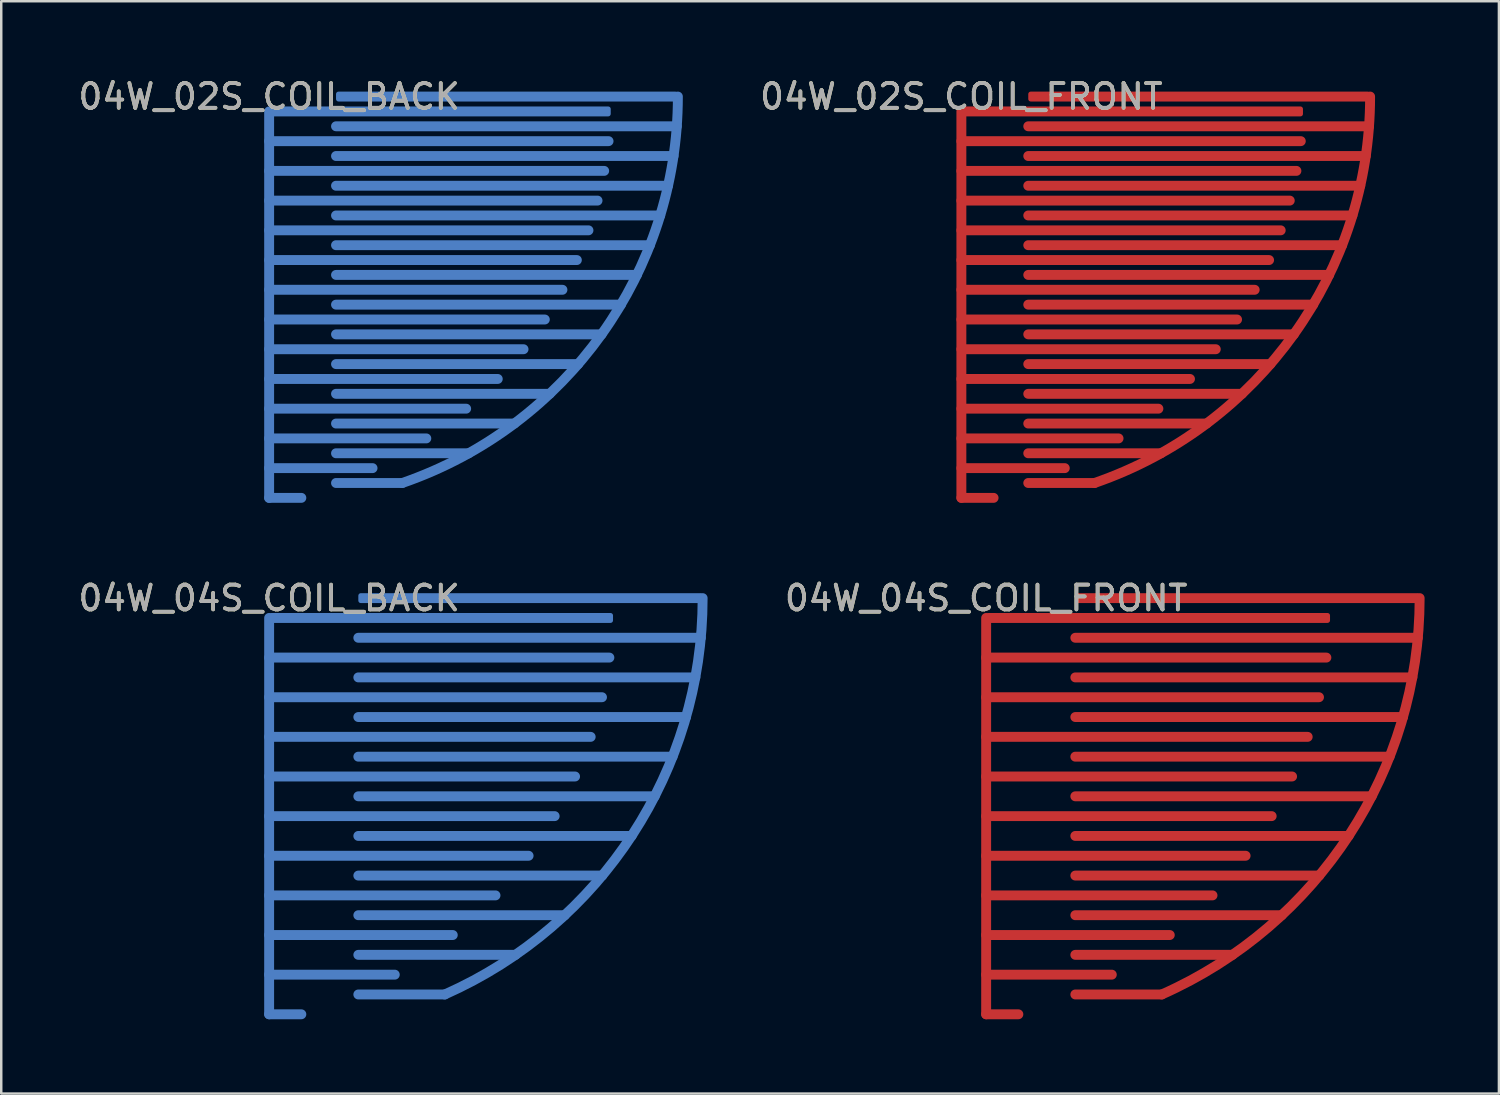
<source format=kicad_pcb>
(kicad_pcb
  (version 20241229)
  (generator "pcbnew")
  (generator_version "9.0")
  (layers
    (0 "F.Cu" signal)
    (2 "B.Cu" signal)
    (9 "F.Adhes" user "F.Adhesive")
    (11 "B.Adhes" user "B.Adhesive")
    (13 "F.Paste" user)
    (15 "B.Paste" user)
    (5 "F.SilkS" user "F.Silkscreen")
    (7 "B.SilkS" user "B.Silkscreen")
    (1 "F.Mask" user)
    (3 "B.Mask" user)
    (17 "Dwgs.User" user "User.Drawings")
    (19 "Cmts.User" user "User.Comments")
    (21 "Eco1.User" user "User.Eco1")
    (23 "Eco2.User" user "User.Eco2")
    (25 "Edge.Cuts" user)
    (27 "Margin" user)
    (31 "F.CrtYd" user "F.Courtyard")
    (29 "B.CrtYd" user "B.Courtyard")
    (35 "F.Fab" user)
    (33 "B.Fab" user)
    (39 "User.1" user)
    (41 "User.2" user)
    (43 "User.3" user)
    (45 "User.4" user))
  (footprint "04W_02S_COIL_BACK"
    (layer "F.Cu")
    (at 7.815 0.848)
    (property "Reference" "04W_02S_COIL_BACK" (at 0 0 0) (unlocked yes) (layer "F.SilkS") (effects (font (size 1 1) (thickness 0.15))))
    (attr smd exclude_from_pos_files exclude_from_bom allow_missing_courtyard)
    (fp_line (start 0 0.6) (end 0 16.2) (stroke (width 0.4) (type default)) (layer "B.Cu"))
    (fp_line (start 0 1.8) (end 13.702 1.8) (stroke (width 0.4) (type default)) (layer "B.Cu"))
    (fp_line (start 0 3) (end 13.525 3) (stroke (width 0.4) (type default)) (layer "B.Cu"))
    (fp_line (start 0 4.2) (end 13.257 4.2) (stroke (width 0.4) (type default)) (layer "B.Cu"))
    (fp_line (start 0 5.4) (end 12.891 5.4) (stroke (width 0.4) (type default)) (layer "B.Cu"))
    (fp_line (start 0 6.6) (end 12.422 6.6) (stroke (width 0.4) (type default)) (layer "B.Cu"))
    (fp_line (start 0 7.8) (end 11.84 7.8) (stroke (width 0.4) (type default)) (layer "B.Cu"))
    (fp_line (start 0 9) (end 11.129 9) (stroke (width 0.4) (type default)) (layer "B.Cu"))
    (fp_line (start 0 10.2) (end 10.27 10.2) (stroke (width 0.4) (type default)) (layer "B.Cu"))
    (fp_line (start 0 11.4) (end 9.229 11.4) (stroke (width 0.4) (type default)) (layer "B.Cu"))
    (fp_line (start 0 12.6) (end 7.953 12.6) (stroke (width 0.4) (type default)) (layer "B.Cu"))
    (fp_line (start 0 13.8) (end 6.345 13.8) (stroke (width 0.4) (type default)) (layer "B.Cu"))
    (fp_line (start 0 15) (end 4.174 15) (stroke (width 0.4) (type default)) (layer "B.Cu"))
    (fp_line (start 0 16.2) (end 1.3 16.2) (stroke (width 0.4) (type solid)) (layer "B.Cu"))
    (fp_line (start 2.7 1.2) (end 16.456 1.2) (stroke (width 0.4) (type default)) (layer "B.Cu"))
    (fp_line (start 2.7 2.4) (end 16.325 2.4) (stroke (width 0.4) (type default)) (layer "B.Cu"))
    (fp_line (start 2.7 3.6) (end 16.102 3.6) (stroke (width 0.4) (type default)) (layer "B.Cu"))
    (fp_line (start 2.7 4.8) (end 15.786 4.8) (stroke (width 0.4) (type default)) (layer "B.Cu"))
    (fp_line (start 2.7 6) (end 15.37 6) (stroke (width 0.4) (type default)) (layer "B.Cu"))
    (fp_line (start 2.7 7.2) (end 14.846 7.2) (stroke (width 0.4) (type default)) (layer "B.Cu"))
    (fp_line (start 2.7 8.4) (end 14.202 8.4) (stroke (width 0.4) (type default)) (layer "B.Cu"))
    (fp_line (start 2.7 9.6) (end 13.42 9.6) (stroke (width 0.4) (type default)) (layer "B.Cu"))
    (fp_line (start 2.7 10.8) (end 12.474 10.8) (stroke (width 0.4) (type default)) (layer "B.Cu"))
    (fp_line (start 2.7 12) (end 11.325 12) (stroke (width 0.4) (type default)) (layer "B.Cu"))
    (fp_line (start 2.7 13.2) (end 9.9 13.2) (stroke (width 0.4) (type default)) (layer "B.Cu"))
    (fp_line (start 2.7 14.4) (end 8.055 14.4) (stroke (width 0.4) (type default)) (layer "B.Cu"))
    (fp_line (start 2.7 15.6) (end 5.375 15.6) (stroke (width 0.4) (type default)) (layer "B.Cu"))
    (fp_arc (start 16.5 0) (mid 11.667 11.667) (end 5.375 15.6) (stroke (width 0.4) (type default)) (layer "B.Cu"))
    (fp_text user "${REFERENCE}" (at 0 0 0) (unlocked yes) (layer "F.Fab") (effects (font (size 1 1) (thickness 0.15))))
    (pad "1" smd roundrect (at 6.895 0.6) (size 13.789 0.4) (layers "B.Cu") (roundrect_rratio 0.25))
    (pad "2" smd roundrect (at 9.6 0) (size 13.8 0.4) (layers "B.Cu") (roundrect_rratio 0.25)))
  (footprint "04W_04S_COIL_BACK"
    (layer "F.Cu")
    (at 7.815 21.096)
    (property "Reference" "04W_04S_COIL_BACK" (at 0 0 0) (unlocked yes) (layer "F.SilkS") (effects (font (size 1 1) (thickness 0.15))))
    (attr smd exclude_from_pos_files exclude_from_bom allow_missing_courtyard)
    (fp_line (start 0 0.8) (end 0 16.8) (stroke (width 0.4) (type default)) (layer "B.Cu"))
    (fp_line (start 0 2.4) (end 13.735 2.4) (stroke (width 0.4) (type default)) (layer "B.Cu"))
    (fp_line (start 0 4) (end 13.437 4) (stroke (width 0.4) (type default)) (layer "B.Cu"))
    (fp_line (start 0 5.6) (end 12.98 5.6) (stroke (width 0.4) (type default)) (layer "B.Cu"))
    (fp_line (start 0 7.2) (end 12.35 7.2) (stroke (width 0.4) (type default)) (layer "B.Cu"))
    (fp_line (start 0 8.8) (end 11.526 8.8) (stroke (width 0.4) (type default)) (layer "B.Cu"))
    (fp_line (start 0 10.4) (end 10.474 10.4) (stroke (width 0.4) (type default)) (layer "B.Cu"))
    (fp_line (start 0 12) (end 9.138 12) (stroke (width 0.4) (type default)) (layer "B.Cu"))
    (fp_line (start 0 13.6) (end 7.413 13.6) (stroke (width 0.4) (type default)) (layer "B.Cu"))
    (fp_line (start 0 15.2) (end 5.072 15.2) (stroke (width 0.4) (type default)) (layer "B.Cu"))
    (fp_line (start 0 16.8) (end 1.3 16.8) (stroke (width 0.4) (type default)) (layer "B.Cu"))
    (fp_line (start 3.6 1.6) (end 17.427 1.6) (stroke (width 0.4) (type default)) (layer "B.Cu"))
    (fp_line (start 3.6 3.2) (end 17.205 3.2) (stroke (width 0.4) (type default)) (layer "B.Cu"))
    (fp_line (start 3.6 4.8) (end 16.829 4.8) (stroke (width 0.4) (type default)) (layer "B.Cu"))
    (fp_line (start 3.6 6.4) (end 16.288 6.4) (stroke (width 0.4) (type default)) (layer "B.Cu"))
    (fp_line (start 3.6 8) (end 15.564 8) (stroke (width 0.4) (type default)) (layer "B.Cu"))
    (fp_line (start 3.6 9.6) (end 14.632 9.6) (stroke (width 0.4) (type default)) (layer "B.Cu"))
    (fp_line (start 3.6 11.2) (end 13.447 11.2) (stroke (width 0.4) (type default)) (layer "B.Cu"))
    (fp_line (start 3.6 12.8) (end 11.934 12.8) (stroke (width 0.4) (type default)) (layer "B.Cu"))
    (fp_line (start 3.6 14.4) (end 9.944 14.4) (stroke (width 0.4) (type default)) (layer "B.Cu"))
    (fp_line (start 3.6 16) (end 7.089 16) (stroke (width 0.4) (type default)) (layer "B.Cu"))
    (fp_arc (start 17.5 0) (mid 12.374 12.374) (end 7.089 16) (stroke (width 0.4) (type default)) (layer "B.Cu"))
    (fp_text user "${REFERENCE}" (at 0 0 0) (unlocked yes) (layer "F.Fab") (effects (font (size 1 1) (thickness 0.15))))
    (pad "1" smd roundrect (at 6.941 0.8) (size 13.882 0.4) (layers "B.Cu") (roundrect_rratio 0.25))
    (pad "2" smd roundrect (at 10.55 0) (size 13.9 0.4) (layers "B.Cu") (roundrect_rratio 0.25)))
  (footprint "04W_02S_COIL_FRONT"
    (layer "F.Cu")
    (at 35.76 0.848)
    (property "Reference" "04W_02S_COIL_FRONT" (at 0 0 0) (unlocked yes) (layer "F.SilkS") (effects (font (size 1 1) (thickness 0.15))))
    (attr smd exclude_from_pos_files exclude_from_bom allow_missing_courtyard)
    (fp_line (start 0 0.6) (end 0 16.2) (stroke (width 0.4) (type default)) (layer "F.Cu"))
    (fp_line (start 0 1.8) (end 13.702 1.8) (stroke (width 0.4) (type default)) (layer "F.Cu"))
    (fp_line (start 0 3) (end 13.525 3) (stroke (width 0.4) (type default)) (layer "F.Cu"))
    (fp_line (start 0 4.2) (end 13.257 4.2) (stroke (width 0.4) (type default)) (layer "F.Cu"))
    (fp_line (start 0 5.4) (end 12.891 5.4) (stroke (width 0.4) (type default)) (layer "F.Cu"))
    (fp_line (start 0 6.6) (end 12.422 6.6) (stroke (width 0.4) (type default)) (layer "F.Cu"))
    (fp_line (start 0 7.8) (end 11.84 7.8) (stroke (width 0.4) (type default)) (layer "F.Cu"))
    (fp_line (start 0 9) (end 11.129 9) (stroke (width 0.4) (type default)) (layer "F.Cu"))
    (fp_line (start 0 10.2) (end 10.27 10.2) (stroke (width 0.4) (type default)) (layer "F.Cu"))
    (fp_line (start 0 11.4) (end 9.229 11.4) (stroke (width 0.4) (type default)) (layer "F.Cu"))
    (fp_line (start 0 12.6) (end 7.953 12.6) (stroke (width 0.4) (type default)) (layer "F.Cu"))
    (fp_line (start 0 13.8) (end 6.345 13.8) (stroke (width 0.4) (type default)) (layer "F.Cu"))
    (fp_line (start 0 15) (end 4.174 15) (stroke (width 0.4) (type default)) (layer "F.Cu"))
    (fp_line (start 0 16.2) (end 1.3 16.2) (stroke (width 0.4) (type default)) (layer "F.Cu"))
    (fp_line (start 2.7 1.2) (end 16.456 1.2) (stroke (width 0.4) (type default)) (layer "F.Cu"))
    (fp_line (start 2.7 2.4) (end 16.325 2.4) (stroke (width 0.4) (type default)) (layer "F.Cu"))
    (fp_line (start 2.7 3.6) (end 16.102 3.6) (stroke (width 0.4) (type default)) (layer "F.Cu"))
    (fp_line (start 2.7 4.8) (end 15.786 4.8) (stroke (width 0.4) (type default)) (layer "F.Cu"))
    (fp_line (start 2.7 6) (end 15.37 6) (stroke (width 0.4) (type default)) (layer "F.Cu"))
    (fp_line (start 2.7 7.2) (end 14.846 7.2) (stroke (width 0.4) (type default)) (layer "F.Cu"))
    (fp_line (start 2.7 8.4) (end 14.202 8.4) (stroke (width 0.4) (type default)) (layer "F.Cu"))
    (fp_line (start 2.7 9.6) (end 13.42 9.6) (stroke (width 0.4) (type default)) (layer "F.Cu"))
    (fp_line (start 2.7 10.8) (end 12.474 10.8) (stroke (width 0.4) (type default)) (layer "F.Cu"))
    (fp_line (start 2.7 12) (end 11.325 12) (stroke (width 0.4) (type default)) (layer "F.Cu"))
    (fp_line (start 2.7 13.2) (end 9.9 13.2) (stroke (width 0.4) (type default)) (layer "F.Cu"))
    (fp_line (start 2.7 14.4) (end 8.055 14.4) (stroke (width 0.4) (type default)) (layer "F.Cu"))
    (fp_line (start 2.7 15.6) (end 5.375 15.6) (stroke (width 0.4) (type default)) (layer "F.Cu"))
    (fp_arc (start 16.5 0) (mid 11.667 11.667) (end 5.375 15.6) (stroke (width 0.4) (type default)) (layer "F.Cu"))
    (fp_text user "${REFERENCE}" (at 0 0 0) (unlocked yes) (layer "F.Fab") (effects (font (size 1 1) (thickness 0.15))))
    (pad "1" smd roundrect (at 6.895 0.6) (size 13.789 0.4) (layers "F.Cu") (roundrect_rratio 0.25))
    (pad "2" smd roundrect (at 9.6 0) (size 13.8 0.4) (layers "F.Cu") (roundrect_rratio 0.25)))
  (footprint "04W_04S_COIL_FRONT"
    (layer "F.Cu")
    (at 36.76 21.096)
    (property "Reference" "04W_04S_COIL_FRONT" (at 0 0 0) (unlocked yes) (layer "F.SilkS") (effects (font (size 1 1) (thickness 0.15))))
    (attr smd exclude_from_pos_files exclude_from_bom allow_missing_courtyard)
    (fp_line (start 0 0.8) (end 0 16.8) (stroke (width 0.4) (type default)) (layer "F.Cu"))
    (fp_line (start 0 2.4) (end 13.735 2.4) (stroke (width 0.4) (type default)) (layer "F.Cu"))
    (fp_line (start 0 4) (end 13.437 4) (stroke (width 0.4) (type default)) (layer "F.Cu"))
    (fp_line (start 0 5.6) (end 12.98 5.6) (stroke (width 0.4) (type default)) (layer "F.Cu"))
    (fp_line (start 0 7.2) (end 12.35 7.2) (stroke (width 0.4) (type default)) (layer "F.Cu"))
    (fp_line (start 0 8.8) (end 11.526 8.8) (stroke (width 0.4) (type default)) (layer "F.Cu"))
    (fp_line (start 0 10.4) (end 10.474 10.4) (stroke (width 0.4) (type default)) (layer "F.Cu"))
    (fp_line (start 0 12) (end 9.138 12) (stroke (width 0.4) (type default)) (layer "F.Cu"))
    (fp_line (start 0 13.6) (end 7.413 13.6) (stroke (width 0.4) (type default)) (layer "F.Cu"))
    (fp_line (start 0 15.2) (end 5.072 15.2) (stroke (width 0.4) (type default)) (layer "F.Cu"))
    (fp_line (start 0 16.8) (end 1.3 16.8) (stroke (width 0.4) (type default)) (layer "F.Cu"))
    (fp_line (start 3.6 1.6) (end 17.427 1.6) (stroke (width 0.4) (type default)) (layer "F.Cu"))
    (fp_line (start 3.6 3.2) (end 17.205 3.2) (stroke (width 0.4) (type default)) (layer "F.Cu"))
    (fp_line (start 3.6 4.8) (end 16.829 4.8) (stroke (width 0.4) (type default)) (layer "F.Cu"))
    (fp_line (start 3.6 6.4) (end 16.288 6.4) (stroke (width 0.4) (type default)) (layer "F.Cu"))
    (fp_line (start 3.6 8) (end 15.564 8) (stroke (width 0.4) (type default)) (layer "F.Cu"))
    (fp_line (start 3.6 9.6) (end 14.632 9.6) (stroke (width 0.4) (type default)) (layer "F.Cu"))
    (fp_line (start 3.6 11.2) (end 13.447 11.2) (stroke (width 0.4) (type default)) (layer "F.Cu"))
    (fp_line (start 3.6 12.8) (end 11.934 12.8) (stroke (width 0.4) (type default)) (layer "F.Cu"))
    (fp_line (start 3.6 14.4) (end 9.944 14.4) (stroke (width 0.4) (type default)) (layer "F.Cu"))
    (fp_line (start 3.6 16) (end 7.089 16) (stroke (width 0.4) (type default)) (layer "F.Cu"))
    (fp_arc (start 17.5 0) (mid 12.374 12.374) (end 7.089 16) (stroke (width 0.4) (type default)) (layer "F.Cu"))
    (fp_text user "${REFERENCE}" (at 0 0 0) (unlocked yes) (layer "F.Fab") (effects (font (size 1 1) (thickness 0.15))))
    (pad "1" smd roundrect (at 6.941 0.8) (size 13.882 0.4) (layers "F.Cu") (roundrect_rratio 0.25))
    (pad "2" smd roundrect (at 10.55 0) (size 13.9 0.4) (layers "F.Cu") (roundrect_rratio 0.25)))
  (gr_rect
    (start -3 -3)
    (end 57.46 41.096)
    (stroke (width 0.1) (type default))
    (fill no)
    (layer "Edge.Cuts")))
</source>
